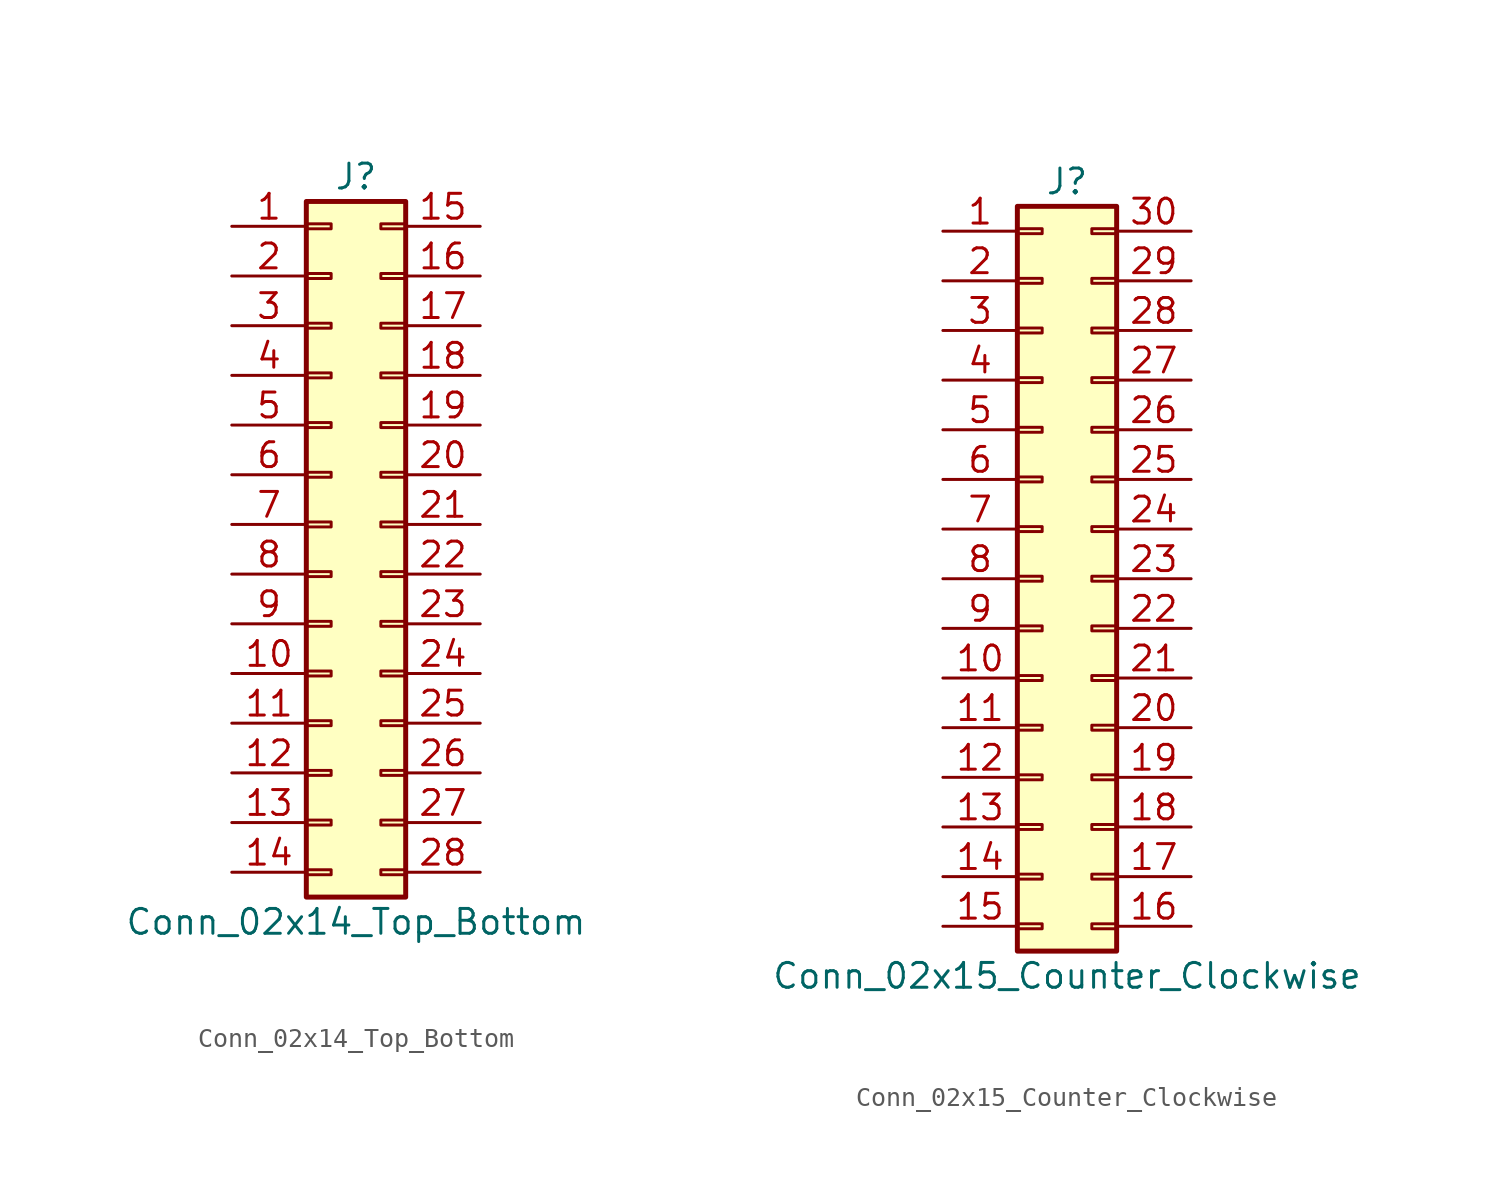
<source format=kicad_sym>
(kicad_symbol_lib
  (version 20220914)
  (generator kicad_symbol_editor)
  (symbol "Conn_02x14_Top_Bottom"
    (pin_names
      (offset 1.016) hide)
    (property "Reference" "J"
      (at 1.27 17.78 0)
      (effects (font (size 1.27 1.27))))
    (property "Value" "Conn_02x14_Top_Bottom"
      (at 1.27 -20.32 0)
      (effects (font (size 1.27 1.27))))
    (symbol "Conn_02x14_Top_Bottom_1_1"
      (rectangle (start -1.27 -17.653) (end 0 -17.907) (stroke (width 0.152) (type default)) (fill (type none)))
      (rectangle (start -1.27 -15.113) (end 0 -15.367) (stroke (width 0.152) (type default)) (fill (type none)))
      (rectangle (start -1.27 -12.573) (end 0 -12.827) (stroke (width 0.152) (type default)) (fill (type none)))
      (rectangle (start -1.27 -10.033) (end 0 -10.287) (stroke (width 0.152) (type default)) (fill (type none)))
      (rectangle (start -1.27 -7.493) (end 0 -7.747) (stroke (width 0.152) (type default)) (fill (type none)))
      (rectangle (start -1.27 -4.953) (end 0 -5.207) (stroke (width 0.152) (type default)) (fill (type none)))
      (rectangle (start -1.27 -2.413) (end 0 -2.667) (stroke (width 0.152) (type default)) (fill (type none)))
      (rectangle (start -1.27 0.127) (end 0 -0.127) (stroke (width 0.152) (type default)) (fill (type none)))
      (rectangle (start -1.27 2.667) (end 0 2.413) (stroke (width 0.152) (type default)) (fill (type none)))
      (rectangle (start -1.27 5.207) (end 0 4.953) (stroke (width 0.152) (type default)) (fill (type none)))
      (rectangle (start -1.27 7.747) (end 0 7.493) (stroke (width 0.152) (type default)) (fill (type none)))
      (rectangle (start -1.27 10.287) (end 0 10.033) (stroke (width 0.152) (type default)) (fill (type none)))
      (rectangle (start -1.27 12.827) (end 0 12.573) (stroke (width 0.152) (type default)) (fill (type none)))
      (rectangle (start -1.27 15.367) (end 0 15.113) (stroke (width 0.152) (type default)) (fill (type none)))
      (rectangle (start -1.27 16.51) (end 3.81 -19.05) (stroke (width 0.254) (type default)) (fill (type background)))
      (rectangle (start 3.81 -17.653) (end 2.54 -17.907) (stroke (width 0.152) (type default)) (fill (type none)))
      (rectangle (start 3.81 -15.113) (end 2.54 -15.367) (stroke (width 0.152) (type default)) (fill (type none)))
      (rectangle (start 3.81 -12.573) (end 2.54 -12.827) (stroke (width 0.152) (type default)) (fill (type none)))
      (rectangle (start 3.81 -10.033) (end 2.54 -10.287) (stroke (width 0.152) (type default)) (fill (type none)))
      (rectangle (start 3.81 -7.493) (end 2.54 -7.747) (stroke (width 0.152) (type default)) (fill (type none)))
      (rectangle (start 3.81 -4.953) (end 2.54 -5.207) (stroke (width 0.152) (type default)) (fill (type none)))
      (rectangle (start 3.81 -2.413) (end 2.54 -2.667) (stroke (width 0.152) (type default)) (fill (type none)))
      (rectangle (start 3.81 0.127) (end 2.54 -0.127) (stroke (width 0.152) (type default)) (fill (type none)))
      (rectangle (start 3.81 2.667) (end 2.54 2.413) (stroke (width 0.152) (type default)) (fill (type none)))
      (rectangle (start 3.81 5.207) (end 2.54 4.953) (stroke (width 0.152) (type default)) (fill (type none)))
      (rectangle (start 3.81 7.747) (end 2.54 7.493) (stroke (width 0.152) (type default)) (fill (type none)))
      (rectangle (start 3.81 10.287) (end 2.54 10.033) (stroke (width 0.152) (type default)) (fill (type none)))
      (rectangle (start 3.81 12.827) (end 2.54 12.573) (stroke (width 0.152) (type default)) (fill (type none)))
      (rectangle (start 3.81 15.367) (end 2.54 15.113) (stroke (width 0.152) (type default)) (fill (type none)))
      (pin passive line (at -5.08 15.24 0) (length 3.81) (name "Pin_1" (effects (font (size 1.27 1.27)))) (number "1" (effects (font (size 1.27 1.27)))))
      (pin passive line (at -5.08 -7.62 0) (length 3.81) (name "Pin_10" (effects (font (size 1.27 1.27)))) (number "10" (effects (font (size 1.27 1.27)))))
      (pin passive line (at -5.08 -10.16 0) (length 3.81) (name "Pin_11" (effects (font (size 1.27 1.27)))) (number "11" (effects (font (size 1.27 1.27)))))
      (pin passive line (at -5.08 -12.7 0) (length 3.81) (name "Pin_12" (effects (font (size 1.27 1.27)))) (number "12" (effects (font (size 1.27 1.27)))))
      (pin passive line (at -5.08 -15.24 0) (length 3.81) (name "Pin_13" (effects (font (size 1.27 1.27)))) (number "13" (effects (font (size 1.27 1.27)))))
      (pin passive line (at -5.08 -17.78 0) (length 3.81) (name "Pin_14" (effects (font (size 1.27 1.27)))) (number "14" (effects (font (size 1.27 1.27)))))
      (pin passive line (at 7.62 15.24 180) (length 3.81) (name "Pin_15" (effects (font (size 1.27 1.27)))) (number "15" (effects (font (size 1.27 1.27)))))
      (pin passive line (at 7.62 12.7 180) (length 3.81) (name "Pin_16" (effects (font (size 1.27 1.27)))) (number "16" (effects (font (size 1.27 1.27)))))
      (pin passive line (at 7.62 10.16 180) (length 3.81) (name "Pin_17" (effects (font (size 1.27 1.27)))) (number "17" (effects (font (size 1.27 1.27)))))
      (pin passive line (at 7.62 7.62 180) (length 3.81) (name "Pin_18" (effects (font (size 1.27 1.27)))) (number "18" (effects (font (size 1.27 1.27)))))
      (pin passive line (at 7.62 5.08 180) (length 3.81) (name "Pin_19" (effects (font (size 1.27 1.27)))) (number "19" (effects (font (size 1.27 1.27)))))
      (pin passive line (at -5.08 12.7 0) (length 3.81) (name "Pin_2" (effects (font (size 1.27 1.27)))) (number "2" (effects (font (size 1.27 1.27)))))
      (pin passive line (at 7.62 2.54 180) (length 3.81) (name "Pin_20" (effects (font (size 1.27 1.27)))) (number "20" (effects (font (size 1.27 1.27)))))
      (pin passive line (at 7.62 0 180) (length 3.81) (name "Pin_21" (effects (font (size 1.27 1.27)))) (number "21" (effects (font (size 1.27 1.27)))))
      (pin passive line (at 7.62 -2.54 180) (length 3.81) (name "Pin_22" (effects (font (size 1.27 1.27)))) (number "22" (effects (font (size 1.27 1.27)))))
      (pin passive line (at 7.62 -5.08 180) (length 3.81) (name "Pin_23" (effects (font (size 1.27 1.27)))) (number "23" (effects (font (size 1.27 1.27)))))
      (pin passive line (at 7.62 -7.62 180) (length 3.81) (name "Pin_24" (effects (font (size 1.27 1.27)))) (number "24" (effects (font (size 1.27 1.27)))))
      (pin passive line (at 7.62 -10.16 180) (length 3.81) (name "Pin_25" (effects (font (size 1.27 1.27)))) (number "25" (effects (font (size 1.27 1.27)))))
      (pin passive line (at 7.62 -12.7 180) (length 3.81) (name "Pin_26" (effects (font (size 1.27 1.27)))) (number "26" (effects (font (size 1.27 1.27)))))
      (pin passive line (at 7.62 -15.24 180) (length 3.81) (name "Pin_27" (effects (font (size 1.27 1.27)))) (number "27" (effects (font (size 1.27 1.27)))))
      (pin passive line (at 7.62 -17.78 180) (length 3.81) (name "Pin_28" (effects (font (size 1.27 1.27)))) (number "28" (effects (font (size 1.27 1.27)))))
      (pin passive line (at -5.08 10.16 0) (length 3.81) (name "Pin_3" (effects (font (size 1.27 1.27)))) (number "3" (effects (font (size 1.27 1.27)))))
      (pin passive line (at -5.08 7.62 0) (length 3.81) (name "Pin_4" (effects (font (size 1.27 1.27)))) (number "4" (effects (font (size 1.27 1.27)))))
      (pin passive line (at -5.08 5.08 0) (length 3.81) (name "Pin_5" (effects (font (size 1.27 1.27)))) (number "5" (effects (font (size 1.27 1.27)))))
      (pin passive line (at -5.08 2.54 0) (length 3.81) (name "Pin_6" (effects (font (size 1.27 1.27)))) (number "6" (effects (font (size 1.27 1.27)))))
      (pin passive line (at -5.08 0 0) (length 3.81) (name "Pin_7" (effects (font (size 1.27 1.27)))) (number "7" (effects (font (size 1.27 1.27)))))
      (pin passive line (at -5.08 -2.54 0) (length 3.81) (name "Pin_8" (effects (font (size 1.27 1.27)))) (number "8" (effects (font (size 1.27 1.27)))))
      (pin passive line (at -5.08 -5.08 0) (length 3.81) (name "Pin_9" (effects (font (size 1.27 1.27)))) (number "9" (effects (font (size 1.27 1.27)))))))
  (symbol "Conn_02x15_Counter_Clockwise"
    (pin_names
      (offset 1.016) hide)
    (property "Reference" "J"
      (at 1.27 20.32 0)
      (effects (font (size 1.27 1.27))))
    (property "Value" "Conn_02x15_Counter_Clockwise"
      (at 1.27 -20.32 0)
      (effects (font (size 1.27 1.27))))
    (symbol "Conn_02x15_Counter_Clockwise_1_1"
      (rectangle (start -1.27 -17.653) (end 0 -17.907) (stroke (width 0.152) (type default)) (fill (type none)))
      (rectangle (start -1.27 -15.113) (end 0 -15.367) (stroke (width 0.152) (type default)) (fill (type none)))
      (rectangle (start -1.27 -12.573) (end 0 -12.827) (stroke (width 0.152) (type default)) (fill (type none)))
      (rectangle (start -1.27 -10.033) (end 0 -10.287) (stroke (width 0.152) (type default)) (fill (type none)))
      (rectangle (start -1.27 -7.493) (end 0 -7.747) (stroke (width 0.152) (type default)) (fill (type none)))
      (rectangle (start -1.27 -4.953) (end 0 -5.207) (stroke (width 0.152) (type default)) (fill (type none)))
      (rectangle (start -1.27 -2.413) (end 0 -2.667) (stroke (width 0.152) (type default)) (fill (type none)))
      (rectangle (start -1.27 0.127) (end 0 -0.127) (stroke (width 0.152) (type default)) (fill (type none)))
      (rectangle (start -1.27 2.667) (end 0 2.413) (stroke (width 0.152) (type default)) (fill (type none)))
      (rectangle (start -1.27 5.207) (end 0 4.953) (stroke (width 0.152) (type default)) (fill (type none)))
      (rectangle (start -1.27 7.747) (end 0 7.493) (stroke (width 0.152) (type default)) (fill (type none)))
      (rectangle (start -1.27 10.287) (end 0 10.033) (stroke (width 0.152) (type default)) (fill (type none)))
      (rectangle (start -1.27 12.827) (end 0 12.573) (stroke (width 0.152) (type default)) (fill (type none)))
      (rectangle (start -1.27 15.367) (end 0 15.113) (stroke (width 0.152) (type default)) (fill (type none)))
      (rectangle (start -1.27 17.907) (end 0 17.653) (stroke (width 0.152) (type default)) (fill (type none)))
      (rectangle (start -1.27 19.05) (end 3.81 -19.05) (stroke (width 0.254) (type default)) (fill (type background)))
      (rectangle (start 3.81 -17.653) (end 2.54 -17.907) (stroke (width 0.152) (type default)) (fill (type none)))
      (rectangle (start 3.81 -15.113) (end 2.54 -15.367) (stroke (width 0.152) (type default)) (fill (type none)))
      (rectangle (start 3.81 -12.573) (end 2.54 -12.827) (stroke (width 0.152) (type default)) (fill (type none)))
      (rectangle (start 3.81 -10.033) (end 2.54 -10.287) (stroke (width 0.152) (type default)) (fill (type none)))
      (rectangle (start 3.81 -7.493) (end 2.54 -7.747) (stroke (width 0.152) (type default)) (fill (type none)))
      (rectangle (start 3.81 -4.953) (end 2.54 -5.207) (stroke (width 0.152) (type default)) (fill (type none)))
      (rectangle (start 3.81 -2.413) (end 2.54 -2.667) (stroke (width 0.152) (type default)) (fill (type none)))
      (rectangle (start 3.81 0.127) (end 2.54 -0.127) (stroke (width 0.152) (type default)) (fill (type none)))
      (rectangle (start 3.81 2.667) (end 2.54 2.413) (stroke (width 0.152) (type default)) (fill (type none)))
      (rectangle (start 3.81 5.207) (end 2.54 4.953) (stroke (width 0.152) (type default)) (fill (type none)))
      (rectangle (start 3.81 7.747) (end 2.54 7.493) (stroke (width 0.152) (type default)) (fill (type none)))
      (rectangle (start 3.81 10.287) (end 2.54 10.033) (stroke (width 0.152) (type default)) (fill (type none)))
      (rectangle (start 3.81 12.827) (end 2.54 12.573) (stroke (width 0.152) (type default)) (fill (type none)))
      (rectangle (start 3.81 15.367) (end 2.54 15.113) (stroke (width 0.152) (type default)) (fill (type none)))
      (rectangle (start 3.81 17.907) (end 2.54 17.653) (stroke (width 0.152) (type default)) (fill (type none)))
      (pin passive line (at -5.08 17.78 0) (length 3.81) (name "Pin_1" (effects (font (size 1.27 1.27)))) (number "1" (effects (font (size 1.27 1.27)))))
      (pin passive line (at -5.08 -5.08 0) (length 3.81) (name "Pin_10" (effects (font (size 1.27 1.27)))) (number "10" (effects (font (size 1.27 1.27)))))
      (pin passive line (at -5.08 -7.62 0) (length 3.81) (name "Pin_11" (effects (font (size 1.27 1.27)))) (number "11" (effects (font (size 1.27 1.27)))))
      (pin passive line (at -5.08 -10.16 0) (length 3.81) (name "Pin_12" (effects (font (size 1.27 1.27)))) (number "12" (effects (font (size 1.27 1.27)))))
      (pin passive line (at -5.08 -12.7 0) (length 3.81) (name "Pin_13" (effects (font (size 1.27 1.27)))) (number "13" (effects (font (size 1.27 1.27)))))
      (pin passive line (at -5.08 -15.24 0) (length 3.81) (name "Pin_14" (effects (font (size 1.27 1.27)))) (number "14" (effects (font (size 1.27 1.27)))))
      (pin passive line (at -5.08 -17.78 0) (length 3.81) (name "Pin_15" (effects (font (size 1.27 1.27)))) (number "15" (effects (font (size 1.27 1.27)))))
      (pin passive line (at 7.62 -17.78 180) (length 3.81) (name "Pin_16" (effects (font (size 1.27 1.27)))) (number "16" (effects (font (size 1.27 1.27)))))
      (pin passive line (at 7.62 -15.24 180) (length 3.81) (name "Pin_17" (effects (font (size 1.27 1.27)))) (number "17" (effects (font (size 1.27 1.27)))))
      (pin passive line (at 7.62 -12.7 180) (length 3.81) (name "Pin_18" (effects (font (size 1.27 1.27)))) (number "18" (effects (font (size 1.27 1.27)))))
      (pin passive line (at 7.62 -10.16 180) (length 3.81) (name "Pin_19" (effects (font (size 1.27 1.27)))) (number "19" (effects (font (size 1.27 1.27)))))
      (pin passive line (at -5.08 15.24 0) (length 3.81) (name "Pin_2" (effects (font (size 1.27 1.27)))) (number "2" (effects (font (size 1.27 1.27)))))
      (pin passive line (at 7.62 -7.62 180) (length 3.81) (name "Pin_20" (effects (font (size 1.27 1.27)))) (number "20" (effects (font (size 1.27 1.27)))))
      (pin passive line (at 7.62 -5.08 180) (length 3.81) (name "Pin_21" (effects (font (size 1.27 1.27)))) (number "21" (effects (font (size 1.27 1.27)))))
      (pin passive line (at 7.62 -2.54 180) (length 3.81) (name "Pin_22" (effects (font (size 1.27 1.27)))) (number "22" (effects (font (size 1.27 1.27)))))
      (pin passive line (at 7.62 0 180) (length 3.81) (name "Pin_23" (effects (font (size 1.27 1.27)))) (number "23" (effects (font (size 1.27 1.27)))))
      (pin passive line (at 7.62 2.54 180) (length 3.81) (name "Pin_24" (effects (font (size 1.27 1.27)))) (number "24" (effects (font (size 1.27 1.27)))))
      (pin passive line (at 7.62 5.08 180) (length 3.81) (name "Pin_25" (effects (font (size 1.27 1.27)))) (number "25" (effects (font (size 1.27 1.27)))))
      (pin passive line (at 7.62 7.62 180) (length 3.81) (name "Pin_26" (effects (font (size 1.27 1.27)))) (number "26" (effects (font (size 1.27 1.27)))))
      (pin passive line (at 7.62 10.16 180) (length 3.81) (name "Pin_27" (effects (font (size 1.27 1.27)))) (number "27" (effects (font (size 1.27 1.27)))))
      (pin passive line (at 7.62 12.7 180) (length 3.81) (name "Pin_28" (effects (font (size 1.27 1.27)))) (number "28" (effects (font (size 1.27 1.27)))))
      (pin passive line (at 7.62 15.24 180) (length 3.81) (name "Pin_29" (effects (font (size 1.27 1.27)))) (number "29" (effects (font (size 1.27 1.27)))))
      (pin passive line (at -5.08 12.7 0) (length 3.81) (name "Pin_3" (effects (font (size 1.27 1.27)))) (number "3" (effects (font (size 1.27 1.27)))))
      (pin passive line (at 7.62 17.78 180) (length 3.81) (name "Pin_30" (effects (font (size 1.27 1.27)))) (number "30" (effects (font (size 1.27 1.27)))))
      (pin passive line (at -5.08 10.16 0) (length 3.81) (name "Pin_4" (effects (font (size 1.27 1.27)))) (number "4" (effects (font (size 1.27 1.27)))))
      (pin passive line (at -5.08 7.62 0) (length 3.81) (name "Pin_5" (effects (font (size 1.27 1.27)))) (number "5" (effects (font (size 1.27 1.27)))))
      (pin passive line (at -5.08 5.08 0) (length 3.81) (name "Pin_6" (effects (font (size 1.27 1.27)))) (number "6" (effects (font (size 1.27 1.27)))))
      (pin passive line (at -5.08 2.54 0) (length 3.81) (name "Pin_7" (effects (font (size 1.27 1.27)))) (number "7" (effects (font (size 1.27 1.27)))))
      (pin passive line (at -5.08 0 0) (length 3.81) (name "Pin_8" (effects (font (size 1.27 1.27)))) (number "8" (effects (font (size 1.27 1.27)))))
      (pin passive line (at -5.08 -2.54 0) (length 3.81) (name "Pin_9" (effects (font (size 1.27 1.27)))) (number "9" (effects (font (size 1.27 1.27))))))))
</source>
